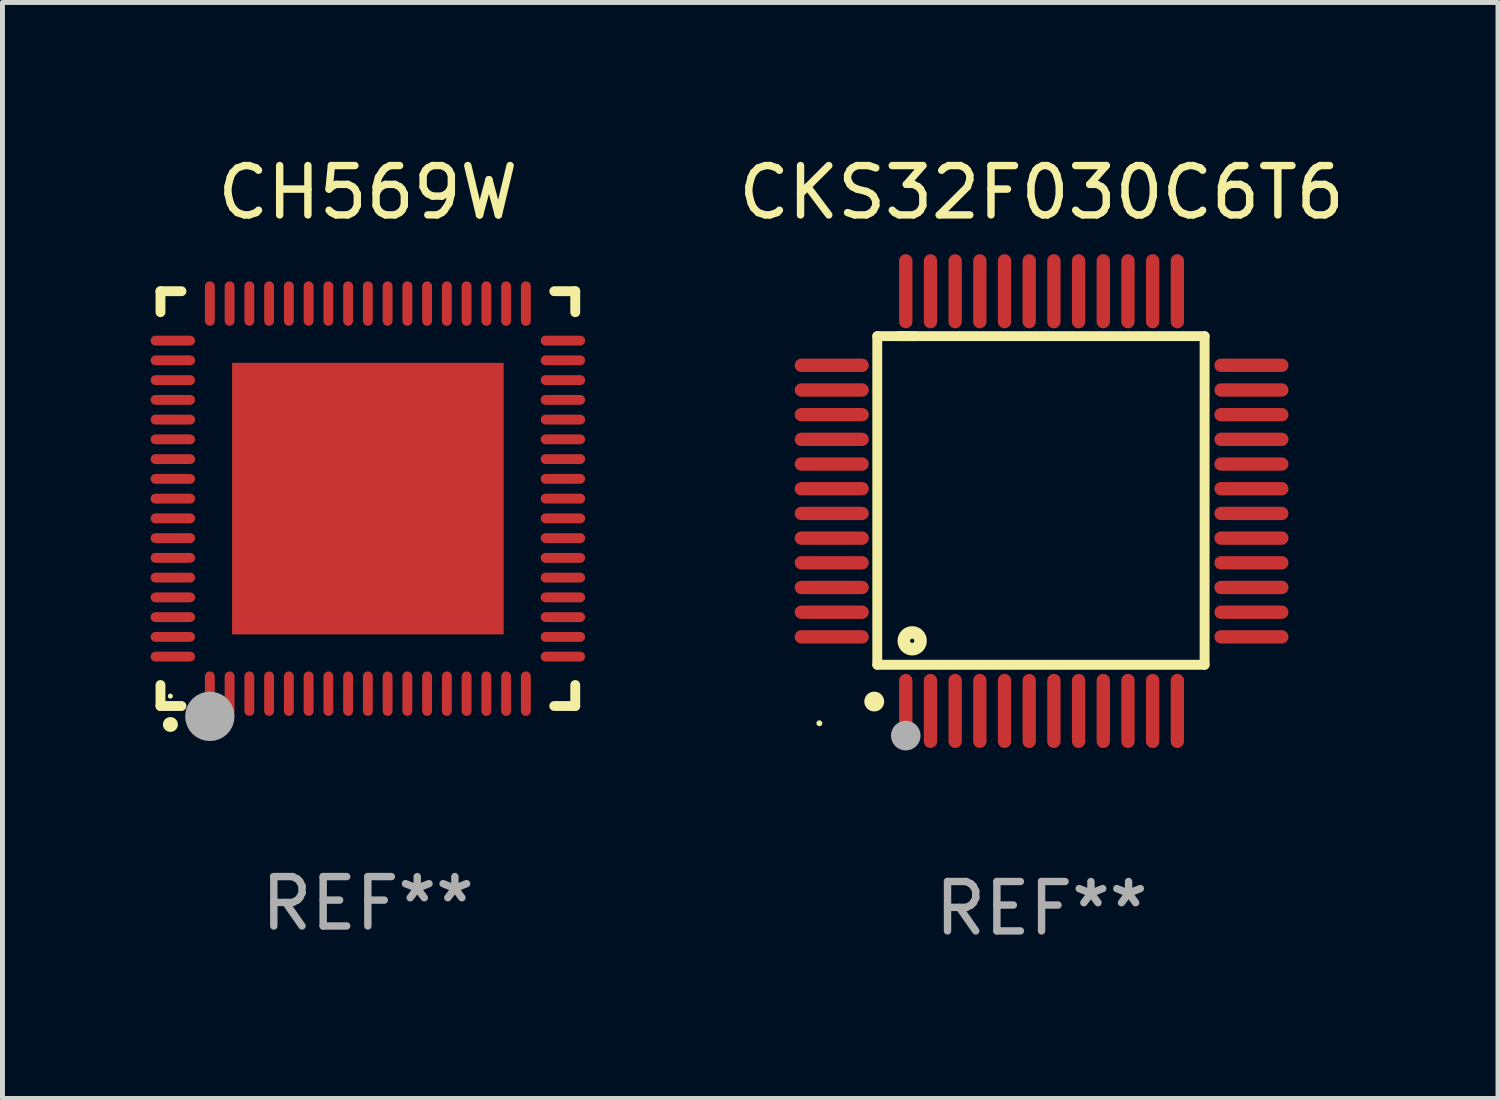
<source format=kicad_pcb>
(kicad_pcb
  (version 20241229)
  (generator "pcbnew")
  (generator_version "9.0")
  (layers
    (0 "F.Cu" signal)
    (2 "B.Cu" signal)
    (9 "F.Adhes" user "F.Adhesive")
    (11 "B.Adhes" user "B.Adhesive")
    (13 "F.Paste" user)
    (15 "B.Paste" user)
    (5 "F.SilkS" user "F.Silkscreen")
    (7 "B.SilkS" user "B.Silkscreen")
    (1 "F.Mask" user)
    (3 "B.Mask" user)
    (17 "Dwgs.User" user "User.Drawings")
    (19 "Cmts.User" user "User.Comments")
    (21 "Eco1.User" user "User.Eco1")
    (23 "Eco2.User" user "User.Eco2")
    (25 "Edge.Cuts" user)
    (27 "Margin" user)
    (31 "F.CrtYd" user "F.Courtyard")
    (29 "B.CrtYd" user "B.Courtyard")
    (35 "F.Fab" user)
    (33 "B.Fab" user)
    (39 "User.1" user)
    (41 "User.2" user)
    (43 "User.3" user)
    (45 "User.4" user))
  (footprint "CKS32F030C6T6"
    (layer "F.Cu")
    (at 18.044 7.098)
    (property "Reference" "CKS32F030C6T6" (at 0 -6.25 0) (layer "F.SilkS") (effects (font (size 1 1) (thickness 0.15))))
    (attr through_hole)
    (fp_line (start -3.327 -3.34) (end -2.565 -3.34) (stroke (width 0.2) (type solid)) (layer "F.SilkS"))
    (fp_line (start -3.327 3.315) (end -3.327 -3.34) (stroke (width 0.2) (type solid)) (layer "F.SilkS"))
    (fp_line (start -2.896 -3.34) (end 3.302 -3.34) (stroke (width 0.2) (type solid)) (layer "F.SilkS"))
    (fp_line (start 3.302 -3.34) (end 3.302 3.315) (stroke (width 0.2) (type solid)) (layer "F.SilkS"))
    (fp_line (start 3.302 3.315) (end -3.327 3.315) (stroke (width 0.2) (type solid)) (layer "F.SilkS"))
    (fp_arc (start -3.389992 4.059995) (mid -3.388722 4.059991) (end -3.387452 4.059995) (stroke (width 0.4) (type solid)) (layer "F.SilkS"))
    (fp_circle (center -4.5 4.5) (end -4.47 4.5) (stroke (width 0.06) (type solid)) (fill no) (layer "F.SilkS"))
    (fp_circle (center -2.62 2.83) (end -2.45 2.83) (stroke (width 0.254) (type solid)) (fill no) (layer "F.SilkS"))
    (fp_circle (center -2.75 4.75) (end -2.6 4.75) (stroke (width 0.3) (type solid)) (fill no) (layer "F.Fab"))
    (fp_text user "REF**" (at 0 8.25 0) (layer "F.Fab") (effects (font (size 1 1) (thickness 0.15))))
    (pad "1" smd oval (at -2.75 4.25) (size 0.27 1.5) (layers "F.Cu" "F.Mask" "F.Paste"))
    (pad "2" smd oval (at -2.25 4.25) (size 0.27 1.5) (layers "F.Cu" "F.Mask" "F.Paste"))
    (pad "3" smd oval (at -1.75 4.25) (size 0.27 1.5) (layers "F.Cu" "F.Mask" "F.Paste"))
    (pad "4" smd oval (at -1.25 4.25) (size 0.27 1.5) (layers "F.Cu" "F.Mask" "F.Paste"))
    (pad "5" smd oval (at -0.75 4.25) (size 0.27 1.5) (layers "F.Cu" "F.Mask" "F.Paste"))
    (pad "6" smd oval (at -0.25 4.25) (size 0.27 1.5) (layers "F.Cu" "F.Mask" "F.Paste"))
    (pad "7" smd oval (at 0.25 4.25) (size 0.27 1.5) (layers "F.Cu" "F.Mask" "F.Paste"))
    (pad "8" smd oval (at 0.75 4.25) (size 0.27 1.5) (layers "F.Cu" "F.Mask" "F.Paste"))
    (pad "9" smd oval (at 1.25 4.25) (size 0.27 1.5) (layers "F.Cu" "F.Mask" "F.Paste"))
    (pad "10" smd oval (at 1.75 4.25) (size 0.27 1.5) (layers "F.Cu" "F.Mask" "F.Paste"))
    (pad "11" smd oval (at 2.25 4.25) (size 0.27 1.5) (layers "F.Cu" "F.Mask" "F.Paste"))
    (pad "12" smd oval (at 2.75 4.25) (size 0.27 1.5) (layers "F.Cu" "F.Mask" "F.Paste"))
    (pad "13" smd oval (at 4.25 2.75) (size 1.5 0.27) (layers "F.Cu" "F.Mask" "F.Paste"))
    (pad "14" smd oval (at 4.25 2.25) (size 1.5 0.27) (layers "F.Cu" "F.Mask" "F.Paste"))
    (pad "15" smd oval (at 4.25 1.75) (size 1.5 0.27) (layers "F.Cu" "F.Mask" "F.Paste"))
    (pad "16" smd oval (at 4.25 1.25) (size 1.5 0.27) (layers "F.Cu" "F.Mask" "F.Paste"))
    (pad "17" smd oval (at 4.25 0.75) (size 1.5 0.27) (layers "F.Cu" "F.Mask" "F.Paste"))
    (pad "18" smd oval (at 4.25 0.25) (size 1.5 0.27) (layers "F.Cu" "F.Mask" "F.Paste"))
    (pad "19" smd oval (at 4.25 -0.25) (size 1.5 0.27) (layers "F.Cu" "F.Mask" "F.Paste"))
    (pad "20" smd oval (at 4.25 -0.75) (size 1.5 0.27) (layers "F.Cu" "F.Mask" "F.Paste"))
    (pad "21" smd oval (at 4.25 -1.25) (size 1.5 0.27) (layers "F.Cu" "F.Mask" "F.Paste"))
    (pad "22" smd oval (at 4.25 -1.75) (size 1.5 0.27) (layers "F.Cu" "F.Mask" "F.Paste"))
    (pad "23" smd oval (at 4.25 -2.25) (size 1.5 0.27) (layers "F.Cu" "F.Mask" "F.Paste"))
    (pad "24" smd oval (at 4.25 -2.75) (size 1.5 0.27) (layers "F.Cu" "F.Mask" "F.Paste"))
    (pad "25" smd oval (at 2.75 -4.25) (size 0.27 1.5) (layers "F.Cu" "F.Mask" "F.Paste"))
    (pad "26" smd oval (at 2.25 -4.25) (size 0.27 1.5) (layers "F.Cu" "F.Mask" "F.Paste"))
    (pad "27" smd oval (at 1.75 -4.25) (size 0.27 1.5) (layers "F.Cu" "F.Mask" "F.Paste"))
    (pad "28" smd oval (at 1.25 -4.25) (size 0.27 1.5) (layers "F.Cu" "F.Mask" "F.Paste"))
    (pad "29" smd oval (at 0.75 -4.25) (size 0.27 1.5) (layers "F.Cu" "F.Mask" "F.Paste"))
    (pad "30" smd oval (at 0.25 -4.25) (size 0.27 1.5) (layers "F.Cu" "F.Mask" "F.Paste"))
    (pad "31" smd oval (at -0.25 -4.25) (size 0.27 1.5) (layers "F.Cu" "F.Mask" "F.Paste"))
    (pad "32" smd oval (at -0.75 -4.25) (size 0.27 1.5) (layers "F.Cu" "F.Mask" "F.Paste"))
    (pad "33" smd oval (at -1.25 -4.25) (size 0.27 1.5) (layers "F.Cu" "F.Mask" "F.Paste"))
    (pad "34" smd oval (at -1.75 -4.25) (size 0.27 1.5) (layers "F.Cu" "F.Mask" "F.Paste"))
    (pad "35" smd oval (at -2.25 -4.25) (size 0.27 1.5) (layers "F.Cu" "F.Mask" "F.Paste"))
    (pad "36" smd oval (at -2.75 -4.25) (size 0.27 1.5) (layers "F.Cu" "F.Mask" "F.Paste"))
    (pad "37" smd oval (at -4.25 -2.75) (size 1.5 0.27) (layers "F.Cu" "F.Mask" "F.Paste"))
    (pad "38" smd oval (at -4.25 -2.25) (size 1.5 0.27) (layers "F.Cu" "F.Mask" "F.Paste"))
    (pad "39" smd oval (at -4.25 -1.75) (size 1.5 0.27) (layers "F.Cu" "F.Mask" "F.Paste"))
    (pad "40" smd oval (at -4.25 -1.25) (size 1.5 0.27) (layers "F.Cu" "F.Mask" "F.Paste"))
    (pad "41" smd oval (at -4.25 -0.75) (size 1.5 0.27) (layers "F.Cu" "F.Mask" "F.Paste"))
    (pad "42" smd oval (at -4.25 -0.25) (size 1.5 0.27) (layers "F.Cu" "F.Mask" "F.Paste"))
    (pad "43" smd oval (at -4.25 0.25) (size 1.5 0.27) (layers "F.Cu" "F.Mask" "F.Paste"))
    (pad "44" smd oval (at -4.25 0.75) (size 1.5 0.27) (layers "F.Cu" "F.Mask" "F.Paste"))
    (pad "45" smd oval (at -4.25 1.25) (size 1.5 0.27) (layers "F.Cu" "F.Mask" "F.Paste"))
    (pad "46" smd oval (at -4.25 1.75) (size 1.5 0.27) (layers "F.Cu" "F.Mask" "F.Paste"))
    (pad "47" smd oval (at -4.25 2.25) (size 1.5 0.27) (layers "F.Cu" "F.Mask" "F.Paste"))
    (pad "48" smd oval (at -4.25 2.75) (size 1.5 0.27) (layers "F.Cu" "F.Mask" "F.Paste")))
  (footprint "CH569W"
    (layer "F.Cu")
    (at 4.4 7.048)
    (property "Reference" "CH569W" (at 0 -6.2 0) (layer "F.SilkS") (effects (font (size 1 1) (thickness 0.15))))
    (attr through_hole)
    (fp_line (start -4.2 -4.2) (end -4.2 -3.775) (stroke (width 0.2) (type solid)) (layer "F.SilkS"))
    (fp_line (start -4.2 4.2) (end -4.2 3.775) (stroke (width 0.2) (type solid)) (layer "F.SilkS"))
    (fp_line (start -3.775 -4.2) (end -4.2 -4.2) (stroke (width 0.2) (type solid)) (layer "F.SilkS"))
    (fp_line (start -3.775 4.2) (end -4.2 4.2) (stroke (width 0.2) (type solid)) (layer "F.SilkS"))
    (fp_line (start 3.775 4.2) (end 4.2 4.2) (stroke (width 0.2) (type solid)) (layer "F.SilkS"))
    (fp_line (start 4.2 -4.2) (end 3.775 -4.2) (stroke (width 0.2) (type solid)) (layer "F.SilkS"))
    (fp_line (start 4.2 -3.775) (end 4.2 -4.2) (stroke (width 0.2) (type solid)) (layer "F.SilkS"))
    (fp_line (start 4.2 4.2) (end 4.2 3.775) (stroke (width 0.2) (type solid)) (layer "F.SilkS"))
    (fp_arc (start -4.000495 4.574536) (mid -3.999225 4.574531) (end -3.997955 4.574536) (stroke (width 0.3) (type solid)) (layer "F.SilkS"))
    (fp_circle (center -4 4) (end -3.974 4) (stroke (width 0.05) (type solid)) (fill no) (layer "F.SilkS"))
    (fp_circle (center -3.2 4.41) (end -2.95 4.41) (stroke (width 0.5) (type solid)) (fill no) (layer "F.Fab"))
    (fp_text user "REF**" (at 0 8.2 0) (layer "F.Fab") (effects (font (size 1 1) (thickness 0.15))))
    (pad "1" smd oval (at -3.2 3.95) (size 0.2 0.9) (layers "F.Cu" "F.Mask" "F.Paste"))
    (pad "2" smd oval (at -2.8 3.95) (size 0.2 0.9) (layers "F.Cu" "F.Mask" "F.Paste"))
    (pad "3" smd oval (at -2.4 3.95) (size 0.2 0.9) (layers "F.Cu" "F.Mask" "F.Paste"))
    (pad "4" smd oval (at -2 3.95) (size 0.2 0.9) (layers "F.Cu" "F.Mask" "F.Paste"))
    (pad "5" smd oval (at -1.6 3.95) (size 0.2 0.9) (layers "F.Cu" "F.Mask" "F.Paste"))
    (pad "6" smd oval (at -1.2 3.95) (size 0.2 0.9) (layers "F.Cu" "F.Mask" "F.Paste"))
    (pad "7" smd oval (at -0.8 3.95) (size 0.2 0.9) (layers "F.Cu" "F.Mask" "F.Paste"))
    (pad "8" smd oval (at -0.4 3.95) (size 0.2 0.9) (layers "F.Cu" "F.Mask" "F.Paste"))
    (pad "9" smd oval (at -0.000038 3.95) (size 0.2 0.9) (layers "F.Cu" "F.Mask" "F.Paste"))
    (pad "10" smd oval (at 0.4 3.95) (size 0.2 0.9) (layers "F.Cu" "F.Mask" "F.Paste"))
    (pad "11" smd oval (at 0.8 3.95) (size 0.2 0.9) (layers "F.Cu" "F.Mask" "F.Paste"))
    (pad "12" smd oval (at 1.2 3.95) (size 0.2 0.9) (layers "F.Cu" "F.Mask" "F.Paste"))
    (pad "13" smd oval (at 1.6 3.95) (size 0.2 0.9) (layers "F.Cu" "F.Mask" "F.Paste"))
    (pad "14" smd oval (at 2 3.95) (size 0.2 0.9) (layers "F.Cu" "F.Mask" "F.Paste"))
    (pad "15" smd oval (at 2.4 3.95) (size 0.2 0.9) (layers "F.Cu" "F.Mask" "F.Paste"))
    (pad "16" smd oval (at 2.8 3.95) (size 0.2 0.9) (layers "F.Cu" "F.Mask" "F.Paste"))
    (pad "17" smd oval (at 3.2 3.95) (size 0.2 0.9) (layers "F.Cu" "F.Mask" "F.Paste"))
    (pad "18" smd oval (at 3.95 3.2) (size 0.9 0.2) (layers "F.Cu" "F.Mask" "F.Paste"))
    (pad "19" smd oval (at 3.95 2.8) (size 0.9 0.2) (layers "F.Cu" "F.Mask" "F.Paste"))
    (pad "20" smd oval (at 3.95 2.4) (size 0.9 0.2) (layers "F.Cu" "F.Mask" "F.Paste"))
    (pad "21" smd oval (at 3.95 2) (size 0.9 0.2) (layers "F.Cu" "F.Mask" "F.Paste"))
    (pad "22" smd oval (at 3.95 1.6) (size 0.9 0.2) (layers "F.Cu" "F.Mask" "F.Paste"))
    (pad "23" smd oval (at 3.95 1.2) (size 0.9 0.2) (layers "F.Cu" "F.Mask" "F.Paste"))
    (pad "24" smd oval (at 3.95 0.8) (size 0.9 0.2) (layers "F.Cu" "F.Mask" "F.Paste"))
    (pad "25" smd oval (at 3.95 0.4) (size 0.9 0.2) (layers "F.Cu" "F.Mask" "F.Paste"))
    (pad "26" smd oval (at 3.95 0.000089) (size 0.9 0.2) (layers "F.Cu" "F.Mask" "F.Paste"))
    (pad "27" smd oval (at 3.95 -0.4) (size 0.9 0.2) (layers "F.Cu" "F.Mask" "F.Paste"))
    (pad "28" smd oval (at 3.95 -0.8) (size 0.9 0.2) (layers "F.Cu" "F.Mask" "F.Paste"))
    (pad "29" smd oval (at 3.95 -1.2) (size 0.9 0.2) (layers "F.Cu" "F.Mask" "F.Paste"))
    (pad "30" smd oval (at 3.95 -1.6) (size 0.9 0.2) (layers "F.Cu" "F.Mask" "F.Paste"))
    (pad "31" smd oval (at 3.95 -2) (size 0.9 0.2) (layers "F.Cu" "F.Mask" "F.Paste"))
    (pad "32" smd oval (at 3.95 -2.4) (size 0.9 0.2) (layers "F.Cu" "F.Mask" "F.Paste"))
    (pad "33" smd oval (at 3.95 -2.8) (size 0.9 0.2) (layers "F.Cu" "F.Mask" "F.Paste"))
    (pad "34" smd oval (at 3.95 -3.2) (size 0.9 0.2) (layers "F.Cu" "F.Mask" "F.Paste"))
    (pad "35" smd oval (at 3.2 -3.95) (size 0.2 0.9) (layers "F.Cu" "F.Mask" "F.Paste"))
    (pad "36" smd oval (at 2.8 -3.95) (size 0.2 0.9) (layers "F.Cu" "F.Mask" "F.Paste"))
    (pad "37" smd oval (at 2.4 -3.95) (size 0.2 0.9) (layers "F.Cu" "F.Mask" "F.Paste"))
    (pad "38" smd oval (at 2 -3.95) (size 0.2 0.9) (layers "F.Cu" "F.Mask" "F.Paste"))
    (pad "39" smd oval (at 1.6 -3.95) (size 0.2 0.9) (layers "F.Cu" "F.Mask" "F.Paste"))
    (pad "40" smd oval (at 1.2 -3.95) (size 0.2 0.9) (layers "F.Cu" "F.Mask" "F.Paste"))
    (pad "41" smd oval (at 0.8 -3.95) (size 0.2 0.9) (layers "F.Cu" "F.Mask" "F.Paste"))
    (pad "42" smd oval (at 0.4 -3.95) (size 0.2 0.9) (layers "F.Cu" "F.Mask" "F.Paste"))
    (pad "43" smd oval (at -0.000038 -3.95) (size 0.2 0.9) (layers "F.Cu" "F.Mask" "F.Paste"))
    (pad "44" smd oval (at -0.4 -3.95) (size 0.2 0.9) (layers "F.Cu" "F.Mask" "F.Paste"))
    (pad "45" smd oval (at -0.8 -3.95) (size 0.2 0.9) (layers "F.Cu" "F.Mask" "F.Paste"))
    (pad "46" smd oval (at -1.2 -3.95) (size 0.2 0.9) (layers "F.Cu" "F.Mask" "F.Paste"))
    (pad "47" smd oval (at -1.6 -3.95) (size 0.2 0.9) (layers "F.Cu" "F.Mask" "F.Paste"))
    (pad "48" smd oval (at -2 -3.95) (size 0.2 0.9) (layers "F.Cu" "F.Mask" "F.Paste"))
    (pad "49" smd oval (at -2.4 -3.95) (size 0.2 0.9) (layers "F.Cu" "F.Mask" "F.Paste"))
    (pad "50" smd oval (at -2.8 -3.95) (size 0.2 0.9) (layers "F.Cu" "F.Mask" "F.Paste"))
    (pad "51" smd oval (at -3.2 -3.95) (size 0.2 0.9) (layers "F.Cu" "F.Mask" "F.Paste"))
    (pad "52" smd oval (at -3.95 -3.2) (size 0.9 0.2) (layers "F.Cu" "F.Mask" "F.Paste"))
    (pad "53" smd oval (at -3.95 -2.8) (size 0.9 0.2) (layers "F.Cu" "F.Mask" "F.Paste"))
    (pad "54" smd oval (at -3.95 -2.4) (size 0.9 0.2) (layers "F.Cu" "F.Mask" "F.Paste"))
    (pad "55" smd oval (at -3.95 -2) (size 0.9 0.2) (layers "F.Cu" "F.Mask" "F.Paste"))
    (pad "56" smd oval (at -3.95 -1.6) (size 0.9 0.2) (layers "F.Cu" "F.Mask" "F.Paste"))
    (pad "57" smd oval (at -3.95 -1.2) (size 0.9 0.2) (layers "F.Cu" "F.Mask" "F.Paste"))
    (pad "58" smd oval (at -3.95 -0.8) (size 0.9 0.2) (layers "F.Cu" "F.Mask" "F.Paste"))
    (pad "59" smd oval (at -3.95 -0.4) (size 0.9 0.2) (layers "F.Cu" "F.Mask" "F.Paste"))
    (pad "60" smd oval (at -3.95 0.000089) (size 0.9 0.2) (layers "F.Cu" "F.Mask" "F.Paste"))
    (pad "61" smd oval (at -3.95 0.4) (size 0.9 0.2) (layers "F.Cu" "F.Mask" "F.Paste"))
    (pad "62" smd oval (at -3.95 0.8) (size 0.9 0.2) (layers "F.Cu" "F.Mask" "F.Paste"))
    (pad "63" smd oval (at -3.95 1.2) (size 0.9 0.2) (layers "F.Cu" "F.Mask" "F.Paste"))
    (pad "64" smd oval (at -3.95 1.6) (size 0.9 0.2) (layers "F.Cu" "F.Mask" "F.Paste"))
    (pad "65" smd oval (at -3.95 2) (size 0.9 0.2) (layers "F.Cu" "F.Mask" "F.Paste"))
    (pad "66" smd oval (at -3.95 2.4) (size 0.9 0.2) (layers "F.Cu" "F.Mask" "F.Paste"))
    (pad "67" smd oval (at -3.95 2.8) (size 0.9 0.2) (layers "F.Cu" "F.Mask" "F.Paste"))
    (pad "68" smd oval (at -3.95 3.2) (size 0.9 0.2) (layers "F.Cu" "F.Mask" "F.Paste"))
    (pad "69" smd rect (at -0.000038 0.000089) (size 5.5 5.5) (layers "F.Cu" "F.Mask" "F.Paste")))
  (gr_rect
    (start -3 -3)
    (end 27.288 19.196)
    (stroke (width 0.1) (type default))
    (fill no)
    (layer "Edge.Cuts")))
</source>
